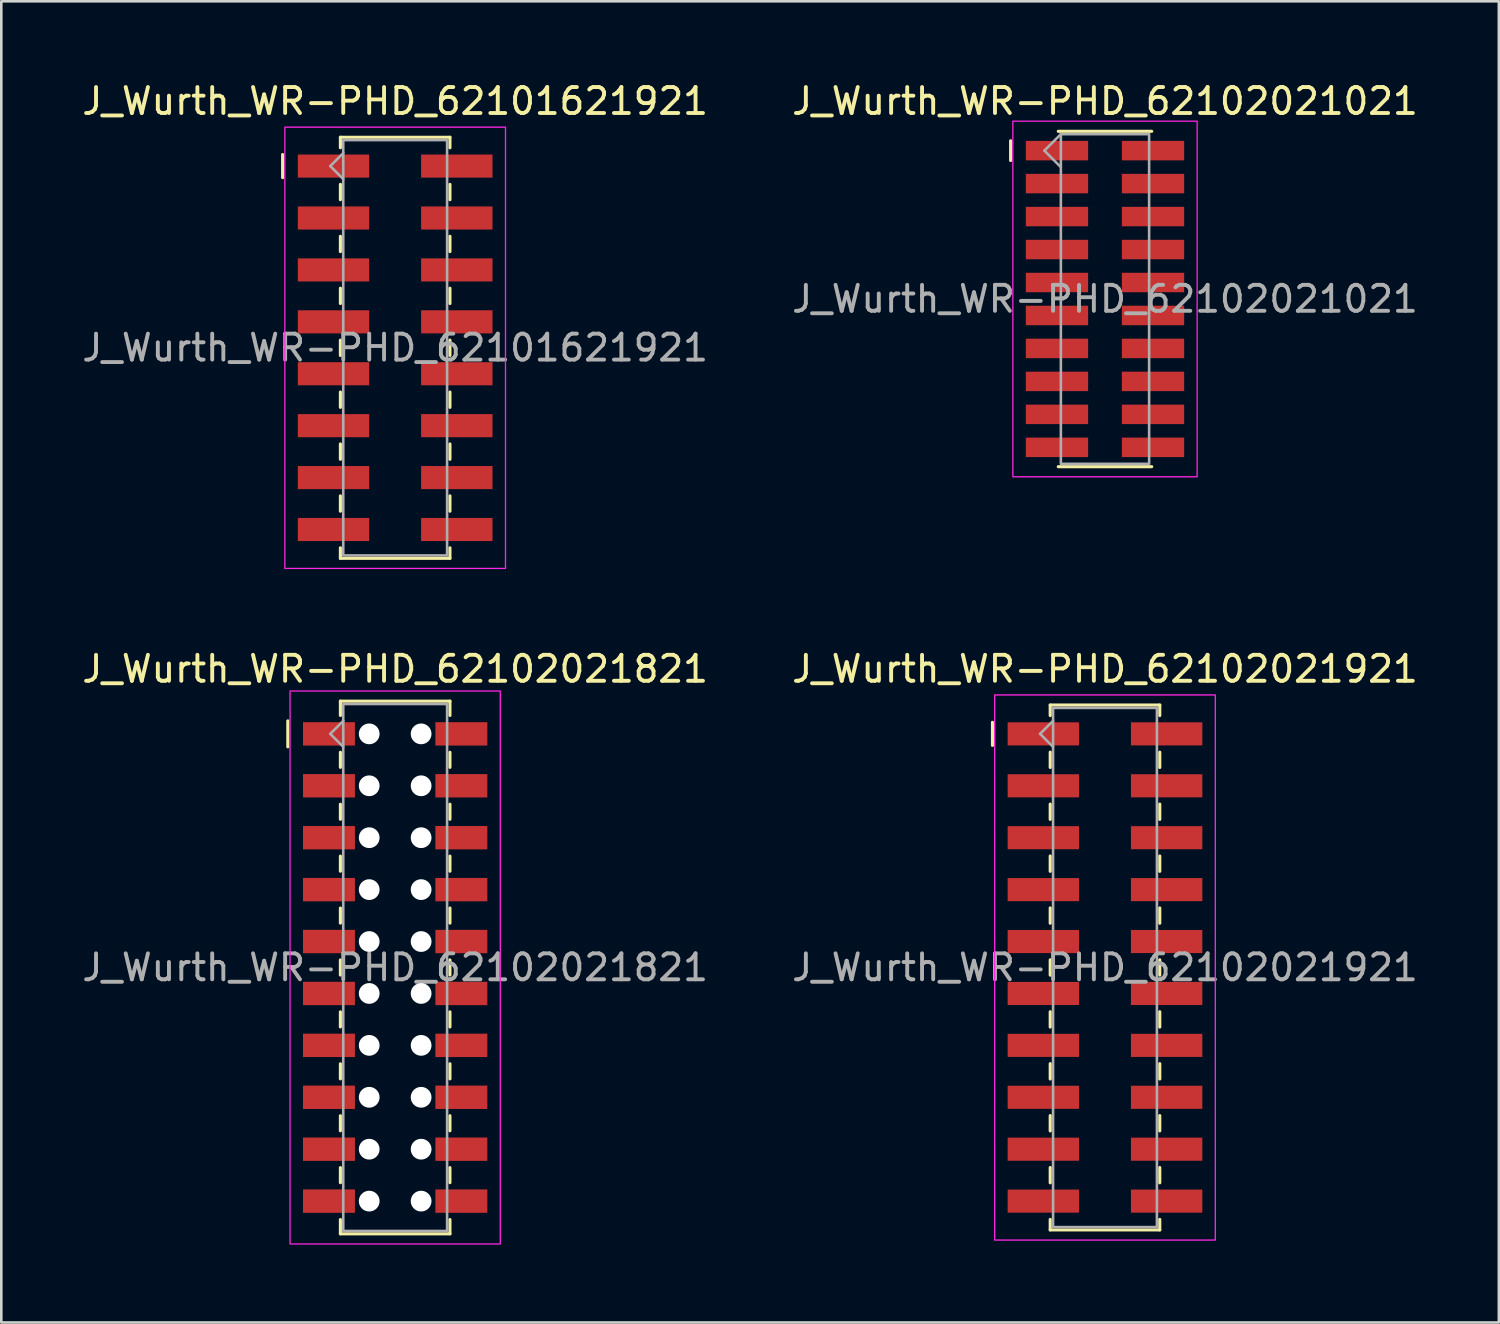
<source format=kicad_pcb>
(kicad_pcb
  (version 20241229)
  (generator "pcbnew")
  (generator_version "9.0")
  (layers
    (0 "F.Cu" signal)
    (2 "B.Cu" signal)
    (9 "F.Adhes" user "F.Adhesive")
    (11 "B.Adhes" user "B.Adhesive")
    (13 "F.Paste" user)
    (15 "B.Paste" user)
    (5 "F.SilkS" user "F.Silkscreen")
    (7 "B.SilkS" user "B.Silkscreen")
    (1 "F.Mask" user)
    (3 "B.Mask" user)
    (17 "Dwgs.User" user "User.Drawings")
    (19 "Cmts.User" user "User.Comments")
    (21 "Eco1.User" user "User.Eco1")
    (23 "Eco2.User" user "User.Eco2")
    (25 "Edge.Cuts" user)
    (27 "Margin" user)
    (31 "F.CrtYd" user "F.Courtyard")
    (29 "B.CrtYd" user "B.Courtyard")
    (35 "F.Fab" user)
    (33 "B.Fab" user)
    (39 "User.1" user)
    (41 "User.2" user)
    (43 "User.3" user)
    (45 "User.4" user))
  (footprint "J_Wurth_WR-PHD_62102021821"
    (layer "F.Cu")
    (at 12.173 34.221)
    (property "Reference" "J_Wurth_WR-PHD_62102021821" (at 0 -11.5 0) (unlocked yes) (layer "F.SilkS") (effects (font (size 1 1) (thickness 0.15))))
    (attr smd)
    (fp_line (start -4.135 -9.5) (end -4.135 -8.5) (stroke (width 0.12) (type solid)) (layer "F.SilkS"))
    (fp_line (start -2.11 -10.26) (end -2.11 -9.71) (stroke (width 0.12) (type solid)) (layer "F.SilkS"))
    (fp_line (start -2.11 -8.29) (end -2.11 -7.71) (stroke (width 0.12) (type solid)) (layer "F.SilkS"))
    (fp_line (start -2.11 -6.29) (end -2.11 -5.71) (stroke (width 0.12) (type solid)) (layer "F.SilkS"))
    (fp_line (start -2.11 -4.29) (end -2.11 -3.71) (stroke (width 0.12) (type solid)) (layer "F.SilkS"))
    (fp_line (start -2.11 -2.29) (end -2.11 -1.71) (stroke (width 0.12) (type solid)) (layer "F.SilkS"))
    (fp_line (start -2.11 -0.29) (end -2.11 0.29) (stroke (width 0.12) (type solid)) (layer "F.SilkS"))
    (fp_line (start -2.11 1.71) (end -2.11 2.29) (stroke (width 0.12) (type solid)) (layer "F.SilkS"))
    (fp_line (start -2.11 3.71) (end -2.11 4.29) (stroke (width 0.12) (type solid)) (layer "F.SilkS"))
    (fp_line (start -2.11 5.71) (end -2.11 6.29) (stroke (width 0.12) (type solid)) (layer "F.SilkS"))
    (fp_line (start -2.11 7.71) (end -2.11 8.29) (stroke (width 0.12) (type solid)) (layer "F.SilkS"))
    (fp_line (start -2.11 9.71) (end -2.11 10.26) (stroke (width 0.12) (type solid)) (layer "F.SilkS"))
    (fp_line (start -2.11 10.26) (end 2.11 10.26) (stroke (width 0.12) (type solid)) (layer "F.SilkS"))
    (fp_line (start 2.11 -10.26) (end -2.11 -10.26) (stroke (width 0.12) (type solid)) (layer "F.SilkS"))
    (fp_line (start 2.11 -10.26) (end 2.11 -9.71) (stroke (width 0.12) (type solid)) (layer "F.SilkS"))
    (fp_line (start 2.11 -8.29) (end 2.11 -7.71) (stroke (width 0.12) (type solid)) (layer "F.SilkS"))
    (fp_line (start 2.11 -6.29) (end 2.11 -5.71) (stroke (width 0.12) (type solid)) (layer "F.SilkS"))
    (fp_line (start 2.11 -4.29) (end 2.11 -3.71) (stroke (width 0.12) (type solid)) (layer "F.SilkS"))
    (fp_line (start 2.11 -2.29) (end 2.11 -1.71) (stroke (width 0.12) (type solid)) (layer "F.SilkS"))
    (fp_line (start 2.11 -0.29) (end 2.11 0.29) (stroke (width 0.12) (type solid)) (layer "F.SilkS"))
    (fp_line (start 2.11 1.71) (end 2.11 2.29) (stroke (width 0.12) (type solid)) (layer "F.SilkS"))
    (fp_line (start 2.11 3.71) (end 2.11 4.29) (stroke (width 0.12) (type solid)) (layer "F.SilkS"))
    (fp_line (start 2.11 5.71) (end 2.11 6.29) (stroke (width 0.12) (type solid)) (layer "F.SilkS"))
    (fp_line (start 2.11 7.71) (end 2.11 8.29) (stroke (width 0.12) (type solid)) (layer "F.SilkS"))
    (fp_line (start 2.11 9.71) (end 2.11 10.26) (stroke (width 0.12) (type solid)) (layer "F.SilkS"))
    (fp_rect (start -4.05 -10.65) (end 4.05 10.65) (stroke (width 0.05) (type solid)) (fill no) (layer "F.CrtYd"))
    (fp_line (start -2.5 -9) (end -2 -8.5) (stroke (width 0.1) (type default)) (layer "F.Fab"))
    (fp_line (start -2 -9.5) (end -2.5 -9) (stroke (width 0.1) (type default)) (layer "F.Fab"))
    (fp_rect (start -2 -10.15) (end 2 10.15) (stroke (width 0.1) (type solid)) (fill no) (layer "F.Fab"))
    (fp_text user "${REFERENCE}" (at 0 0 0) (unlocked yes) (layer "F.Fab") (effects (font (size 1 1) (thickness 0.15))))
    (pad "" np_thru_hole circle (at -1 -9 270) (size 0.8 0.8) (drill 0.8) (layers "*.Cu" "*.Mask"))
    (pad "" np_thru_hole circle (at -1 -7 270) (size 0.8 0.8) (drill 0.8) (layers "*.Cu" "*.Mask"))
    (pad "" np_thru_hole circle (at -1 -5 270) (size 0.8 0.8) (drill 0.8) (layers "*.Cu" "*.Mask"))
    (pad "" np_thru_hole circle (at -1 -3 270) (size 0.8 0.8) (drill 0.8) (layers "*.Cu" "*.Mask"))
    (pad "" np_thru_hole circle (at -1 -1 270) (size 0.8 0.8) (drill 0.8) (layers "*.Cu" "*.Mask"))
    (pad "" np_thru_hole circle (at -1 1 270) (size 0.8 0.8) (drill 0.8) (layers "*.Cu" "*.Mask"))
    (pad "" np_thru_hole circle (at -1 3 270) (size 0.8 0.8) (drill 0.8) (layers "*.Cu" "*.Mask"))
    (pad "" np_thru_hole circle (at -1 5 270) (size 0.8 0.8) (drill 0.8) (layers "*.Cu" "*.Mask"))
    (pad "" np_thru_hole circle (at -1 7 270) (size 0.8 0.8) (drill 0.8) (layers "*.Cu" "*.Mask"))
    (pad "" np_thru_hole circle (at -1 9 270) (size 0.8 0.8) (drill 0.8) (layers "*.Cu" "*.Mask"))
    (pad "" np_thru_hole circle (at 1 -9 270) (size 0.8 0.8) (drill 0.8) (layers "*.Cu" "*.Mask"))
    (pad "" np_thru_hole circle (at 1 -7 270) (size 0.8 0.8) (drill 0.8) (layers "*.Cu" "*.Mask"))
    (pad "" np_thru_hole circle (at 1 -5 270) (size 0.8 0.8) (drill 0.8) (layers "*.Cu" "*.Mask"))
    (pad "" np_thru_hole circle (at 1 -3 270) (size 0.8 0.8) (drill 0.8) (layers "*.Cu" "*.Mask"))
    (pad "" np_thru_hole circle (at 1 -1 270) (size 0.8 0.8) (drill 0.8) (layers "*.Cu" "*.Mask"))
    (pad "" np_thru_hole circle (at 1 1 270) (size 0.8 0.8) (drill 0.8) (layers "*.Cu" "*.Mask"))
    (pad "" np_thru_hole circle (at 1 3 270) (size 0.8 0.8) (drill 0.8) (layers "*.Cu" "*.Mask"))
    (pad "" np_thru_hole circle (at 1 5 270) (size 0.8 0.8) (drill 0.8) (layers "*.Cu" "*.Mask"))
    (pad "" np_thru_hole circle (at 1 7 270) (size 0.8 0.8) (drill 0.8) (layers "*.Cu" "*.Mask"))
    (pad "" np_thru_hole circle (at 1 9 270) (size 0.8 0.8) (drill 0.8) (layers "*.Cu" "*.Mask"))
    (pad "1" smd rect (at -2.55 -9 270) (size 0.9 2) (layers "F.Cu" "F.Mask" "F.Paste"))
    (pad "2" smd rect (at 2.55 -9 270) (size 0.9 2) (layers "F.Cu" "F.Mask" "F.Paste"))
    (pad "3" smd rect (at -2.55 -7 270) (size 0.9 2) (layers "F.Cu" "F.Mask" "F.Paste"))
    (pad "4" smd rect (at 2.55 -7 270) (size 0.9 2) (layers "F.Cu" "F.Mask" "F.Paste"))
    (pad "5" smd rect (at -2.55 -5 270) (size 0.9 2) (layers "F.Cu" "F.Mask" "F.Paste"))
    (pad "6" smd rect (at 2.55 -5 270) (size 0.9 2) (layers "F.Cu" "F.Mask" "F.Paste"))
    (pad "7" smd rect (at -2.55 -3 270) (size 0.9 2) (layers "F.Cu" "F.Mask" "F.Paste"))
    (pad "8" smd rect (at 2.55 -3 270) (size 0.9 2) (layers "F.Cu" "F.Mask" "F.Paste"))
    (pad "9" smd rect (at -2.55 -1 270) (size 0.9 2) (layers "F.Cu" "F.Mask" "F.Paste"))
    (pad "10" smd rect (at 2.55 -1 270) (size 0.9 2) (layers "F.Cu" "F.Mask" "F.Paste"))
    (pad "11" smd rect (at -2.55 1 270) (size 0.9 2) (layers "F.Cu" "F.Mask" "F.Paste"))
    (pad "12" smd rect (at 2.55 1 270) (size 0.9 2) (layers "F.Cu" "F.Mask" "F.Paste"))
    (pad "13" smd rect (at -2.55 3 270) (size 0.9 2) (layers "F.Cu" "F.Mask" "F.Paste"))
    (pad "14" smd rect (at 2.55 3 270) (size 0.9 2) (layers "F.Cu" "F.Mask" "F.Paste"))
    (pad "15" smd rect (at -2.55 5 270) (size 0.9 2) (layers "F.Cu" "F.Mask" "F.Paste"))
    (pad "16" smd rect (at 2.55 5 270) (size 0.9 2) (layers "F.Cu" "F.Mask" "F.Paste"))
    (pad "17" smd rect (at -2.55 7 270) (size 0.9 2) (layers "F.Cu" "F.Mask" "F.Paste"))
    (pad "18" smd rect (at 2.55 7 270) (size 0.9 2) (layers "F.Cu" "F.Mask" "F.Paste"))
    (pad "19" smd rect (at -2.55 9 270) (size 0.9 2) (layers "F.Cu" "F.Mask" "F.Paste"))
    (pad "20" smd rect (at 2.55 9 270) (size 0.9 2) (layers "F.Cu" "F.Mask" "F.Paste")))
  (footprint "J_Wurth_WR-PHD_62102021921"
    (layer "F.Cu")
    (at 39.518 34.221)
    (property "Reference" "J_Wurth_WR-PHD_62102021921" (at 0 -11.5 0) (unlocked yes) (layer "F.SilkS") (effects (font (size 1 1) (thickness 0.15))))
    (attr smd)
    (fp_line (start -4.335 -9.445) (end -4.335 -8.555) (stroke (width 0.12) (type solid)) (layer "F.SilkS"))
    (fp_line (start -2.11 -10.11) (end -2.11 -9.705) (stroke (width 0.12) (type solid)) (layer "F.SilkS"))
    (fp_line (start -2.11 -8.295) (end -2.11 -7.705) (stroke (width 0.12) (type solid)) (layer "F.SilkS"))
    (fp_line (start -2.11 -6.295) (end -2.11 -5.705) (stroke (width 0.12) (type solid)) (layer "F.SilkS"))
    (fp_line (start -2.11 -4.295) (end -2.11 -3.705) (stroke (width 0.12) (type solid)) (layer "F.SilkS"))
    (fp_line (start -2.11 -2.295) (end -2.11 -1.705) (stroke (width 0.12) (type solid)) (layer "F.SilkS"))
    (fp_line (start -2.11 -0.295) (end -2.11 0.295) (stroke (width 0.12) (type solid)) (layer "F.SilkS"))
    (fp_line (start -2.11 1.705) (end -2.11 2.295) (stroke (width 0.12) (type solid)) (layer "F.SilkS"))
    (fp_line (start -2.11 3.705) (end -2.11 4.295) (stroke (width 0.12) (type solid)) (layer "F.SilkS"))
    (fp_line (start -2.11 5.705) (end -2.11 6.295) (stroke (width 0.12) (type solid)) (layer "F.SilkS"))
    (fp_line (start -2.11 7.705) (end -2.11 8.295) (stroke (width 0.12) (type solid)) (layer "F.SilkS"))
    (fp_line (start -2.11 9.705) (end -2.11 10.11) (stroke (width 0.12) (type solid)) (layer "F.SilkS"))
    (fp_line (start 2.11 -10.11) (end -2.11 -10.11) (stroke (width 0.12) (type solid)) (layer "F.SilkS"))
    (fp_line (start 2.11 -10.11) (end 2.11 -9.705) (stroke (width 0.12) (type solid)) (layer "F.SilkS"))
    (fp_line (start 2.11 -8.295) (end 2.11 -7.705) (stroke (width 0.12) (type solid)) (layer "F.SilkS"))
    (fp_line (start 2.11 -6.295) (end 2.11 -5.705) (stroke (width 0.12) (type solid)) (layer "F.SilkS"))
    (fp_line (start 2.11 -4.295) (end 2.11 -3.705) (stroke (width 0.12) (type solid)) (layer "F.SilkS"))
    (fp_line (start 2.11 -2.295) (end 2.11 -1.705) (stroke (width 0.12) (type solid)) (layer "F.SilkS"))
    (fp_line (start 2.11 -0.295) (end 2.11 0.295) (stroke (width 0.12) (type solid)) (layer "F.SilkS"))
    (fp_line (start 2.11 1.705) (end 2.11 2.295) (stroke (width 0.12) (type solid)) (layer "F.SilkS"))
    (fp_line (start 2.11 3.705) (end 2.11 4.295) (stroke (width 0.12) (type solid)) (layer "F.SilkS"))
    (fp_line (start 2.11 5.705) (end 2.11 6.295) (stroke (width 0.12) (type solid)) (layer "F.SilkS"))
    (fp_line (start 2.11 7.705) (end 2.11 8.295) (stroke (width 0.12) (type solid)) (layer "F.SilkS"))
    (fp_line (start 2.11 9.705) (end 2.11 10.11) (stroke (width 0.12) (type solid)) (layer "F.SilkS"))
    (fp_line (start 2.11 10.11) (end -2.11 10.11) (stroke (width 0.12) (type solid)) (layer "F.SilkS"))
    (fp_rect (start -4.25 -10.5) (end 4.25 10.5) (stroke (width 0.05) (type solid)) (fill no) (layer "F.CrtYd"))
    (fp_line (start -2.5 -9) (end -2 -8.5) (stroke (width 0.1) (type default)) (layer "F.Fab"))
    (fp_line (start -2 -9.5) (end -2.5 -9) (stroke (width 0.1) (type default)) (layer "F.Fab"))
    (fp_rect (start -2 -10) (end 2 10) (stroke (width 0.1) (type solid)) (fill no) (layer "F.Fab"))
    (fp_text user "${REFERENCE}" (at 0 0 0) (unlocked yes) (layer "F.Fab") (effects (font (size 1 1) (thickness 0.15))))
    (pad "1" smd rect (at -2.375 -9 270) (size 0.89 2.75) (layers "F.Cu" "F.Mask" "F.Paste"))
    (pad "2" smd rect (at 2.375 -9 270) (size 0.89 2.75) (layers "F.Cu" "F.Mask" "F.Paste"))
    (pad "3" smd rect (at -2.375 -7 270) (size 0.89 2.75) (layers "F.Cu" "F.Mask" "F.Paste"))
    (pad "4" smd rect (at 2.375 -7 270) (size 0.89 2.75) (layers "F.Cu" "F.Mask" "F.Paste"))
    (pad "5" smd rect (at -2.375 -5 270) (size 0.89 2.75) (layers "F.Cu" "F.Mask" "F.Paste"))
    (pad "6" smd rect (at 2.375 -5 270) (size 0.89 2.75) (layers "F.Cu" "F.Mask" "F.Paste"))
    (pad "7" smd rect (at -2.375 -3 270) (size 0.89 2.75) (layers "F.Cu" "F.Mask" "F.Paste"))
    (pad "8" smd rect (at 2.375 -3 270) (size 0.89 2.75) (layers "F.Cu" "F.Mask" "F.Paste"))
    (pad "9" smd rect (at -2.375 -1 270) (size 0.89 2.75) (layers "F.Cu" "F.Mask" "F.Paste"))
    (pad "10" smd rect (at 2.375 -1 270) (size 0.89 2.75) (layers "F.Cu" "F.Mask" "F.Paste"))
    (pad "11" smd rect (at -2.375 1 270) (size 0.89 2.75) (layers "F.Cu" "F.Mask" "F.Paste"))
    (pad "12" smd rect (at 2.375 1 270) (size 0.89 2.75) (layers "F.Cu" "F.Mask" "F.Paste"))
    (pad "13" smd rect (at -2.375 3 270) (size 0.89 2.75) (layers "F.Cu" "F.Mask" "F.Paste"))
    (pad "14" smd rect (at 2.375 3 270) (size 0.89 2.75) (layers "F.Cu" "F.Mask" "F.Paste"))
    (pad "15" smd rect (at -2.375 5 270) (size 0.89 2.75) (layers "F.Cu" "F.Mask" "F.Paste"))
    (pad "16" smd rect (at 2.375 5 270) (size 0.89 2.75) (layers "F.Cu" "F.Mask" "F.Paste"))
    (pad "17" smd rect (at -2.375 7 270) (size 0.89 2.75) (layers "F.Cu" "F.Mask" "F.Paste"))
    (pad "18" smd rect (at 2.375 7 270) (size 0.89 2.75) (layers "F.Cu" "F.Mask" "F.Paste"))
    (pad "19" smd rect (at -2.375 9 270) (size 0.89 2.75) (layers "F.Cu" "F.Mask" "F.Paste"))
    (pad "20" smd rect (at 2.375 9 270) (size 0.89 2.75) (layers "F.Cu" "F.Mask" "F.Paste")))
  (footprint "J_Wurth_WR-PHD_62101621921"
    (layer "F.Cu")
    (at 12.173 10.348)
    (property "Reference" "J_Wurth_WR-PHD_62101621921" (at 0 -9.5 0) (unlocked yes) (layer "F.SilkS") (effects (font (size 1 1) (thickness 0.15))))
    (attr smd)
    (fp_line (start -4.335 -7.445) (end -4.335 -6.555) (stroke (width 0.12) (type solid)) (layer "F.SilkS"))
    (fp_line (start -2.11 -8.11) (end -2.11 -7.705) (stroke (width 0.12) (type solid)) (layer "F.SilkS"))
    (fp_line (start -2.11 -6.295) (end -2.11 -5.705) (stroke (width 0.12) (type solid)) (layer "F.SilkS"))
    (fp_line (start -2.11 -4.295) (end -2.11 -3.705) (stroke (width 0.12) (type solid)) (layer "F.SilkS"))
    (fp_line (start -2.11 -2.295) (end -2.11 -1.705) (stroke (width 0.12) (type solid)) (layer "F.SilkS"))
    (fp_line (start -2.11 -0.295) (end -2.11 0.295) (stroke (width 0.12) (type solid)) (layer "F.SilkS"))
    (fp_line (start -2.11 1.705) (end -2.11 2.295) (stroke (width 0.12) (type solid)) (layer "F.SilkS"))
    (fp_line (start -2.11 3.705) (end -2.11 4.295) (stroke (width 0.12) (type solid)) (layer "F.SilkS"))
    (fp_line (start -2.11 5.705) (end -2.11 6.295) (stroke (width 0.12) (type solid)) (layer "F.SilkS"))
    (fp_line (start -2.11 7.705) (end -2.11 8.11) (stroke (width 0.12) (type solid)) (layer "F.SilkS"))
    (fp_line (start 2.11 -8.11) (end -2.11 -8.11) (stroke (width 0.12) (type solid)) (layer "F.SilkS"))
    (fp_line (start 2.11 -8.11) (end 2.11 -7.705) (stroke (width 0.12) (type solid)) (layer "F.SilkS"))
    (fp_line (start 2.11 -6.295) (end 2.11 -5.705) (stroke (width 0.12) (type solid)) (layer "F.SilkS"))
    (fp_line (start 2.11 -4.295) (end 2.11 -3.705) (stroke (width 0.12) (type solid)) (layer "F.SilkS"))
    (fp_line (start 2.11 -2.295) (end 2.11 -1.705) (stroke (width 0.12) (type solid)) (layer "F.SilkS"))
    (fp_line (start 2.11 -0.295) (end 2.11 0.295) (stroke (width 0.12) (type solid)) (layer "F.SilkS"))
    (fp_line (start 2.11 1.705) (end 2.11 2.295) (stroke (width 0.12) (type solid)) (layer "F.SilkS"))
    (fp_line (start 2.11 3.705) (end 2.11 4.295) (stroke (width 0.12) (type solid)) (layer "F.SilkS"))
    (fp_line (start 2.11 5.705) (end 2.11 6.295) (stroke (width 0.12) (type solid)) (layer "F.SilkS"))
    (fp_line (start 2.11 7.705) (end 2.11 8.11) (stroke (width 0.12) (type solid)) (layer "F.SilkS"))
    (fp_line (start 2.11 8.11) (end -2.11 8.11) (stroke (width 0.12) (type solid)) (layer "F.SilkS"))
    (fp_rect (start -4.25 -8.5) (end 4.25 8.5) (stroke (width 0.05) (type solid)) (fill no) (layer "F.CrtYd"))
    (fp_line (start -2.5 -7) (end -2 -6.5) (stroke (width 0.1) (type default)) (layer "F.Fab"))
    (fp_line (start -2 -7.5) (end -2.5 -7) (stroke (width 0.1) (type default)) (layer "F.Fab"))
    (fp_rect (start -2 -8) (end 2 8) (stroke (width 0.1) (type solid)) (fill no) (layer "F.Fab"))
    (fp_text user "${REFERENCE}" (at 0 0 0) (unlocked yes) (layer "F.Fab") (effects (font (size 1 1) (thickness 0.15))))
    (pad "1" smd rect (at -2.375 -7 270) (size 0.89 2.75) (layers "F.Cu" "F.Mask" "F.Paste"))
    (pad "2" smd rect (at 2.375 -7 270) (size 0.89 2.75) (layers "F.Cu" "F.Mask" "F.Paste"))
    (pad "3" smd rect (at -2.375 -5 270) (size 0.89 2.75) (layers "F.Cu" "F.Mask" "F.Paste"))
    (pad "4" smd rect (at 2.375 -5 270) (size 0.89 2.75) (layers "F.Cu" "F.Mask" "F.Paste"))
    (pad "5" smd rect (at -2.375 -3 270) (size 0.89 2.75) (layers "F.Cu" "F.Mask" "F.Paste"))
    (pad "6" smd rect (at 2.375 -3 270) (size 0.89 2.75) (layers "F.Cu" "F.Mask" "F.Paste"))
    (pad "7" smd rect (at -2.375 -1 270) (size 0.89 2.75) (layers "F.Cu" "F.Mask" "F.Paste"))
    (pad "8" smd rect (at 2.375 -1 270) (size 0.89 2.75) (layers "F.Cu" "F.Mask" "F.Paste"))
    (pad "9" smd rect (at -2.375 1 270) (size 0.89 2.75) (layers "F.Cu" "F.Mask" "F.Paste"))
    (pad "10" smd rect (at 2.375 1 270) (size 0.89 2.75) (layers "F.Cu" "F.Mask" "F.Paste"))
    (pad "11" smd rect (at -2.375 3 270) (size 0.89 2.75) (layers "F.Cu" "F.Mask" "F.Paste"))
    (pad "12" smd rect (at 2.375 3 270) (size 0.89 2.75) (layers "F.Cu" "F.Mask" "F.Paste"))
    (pad "13" smd rect (at -2.375 5 270) (size 0.89 2.75) (layers "F.Cu" "F.Mask" "F.Paste"))
    (pad "14" smd rect (at 2.375 5 270) (size 0.89 2.75) (layers "F.Cu" "F.Mask" "F.Paste"))
    (pad "15" smd rect (at -2.375 7 270) (size 0.89 2.75) (layers "F.Cu" "F.Mask" "F.Paste"))
    (pad "16" smd rect (at 2.375 7 270) (size 0.89 2.75) (layers "F.Cu" "F.Mask" "F.Paste")))
  (footprint "J_Wurth_WR-PHD_62102021021"
    (layer "F.Cu")
    (at 39.518 8.468)
    (property "Reference" "J_Wurth_WR-PHD_62102021021" (at 0 -7.62 0) (unlocked yes) (layer "F.SilkS") (effects (font (size 1 1) (thickness 0.15))))
    (attr smd)
    (fp_line (start -3.635 -6.095) (end -3.635 -5.335) (stroke (width 0.12) (type solid)) (layer "F.SilkS"))
    (fp_line (start 1.8 -6.46) (end -1.8 -6.46) (stroke (width 0.12) (type solid)) (layer "F.SilkS"))
    (fp_line (start 1.8 6.46) (end -1.8 6.46) (stroke (width 0.12) (type solid)) (layer "F.SilkS"))
    (fp_rect (start -3.55 -6.85) (end 3.55 6.85) (stroke (width 0.05) (type solid)) (fill no) (layer "F.CrtYd"))
    (fp_line (start -2.335 -5.715) (end -1.7 -5.08) (stroke (width 0.1) (type default)) (layer "F.Fab"))
    (fp_line (start -1.7 -6.35) (end -2.335 -5.715) (stroke (width 0.1) (type default)) (layer "F.Fab"))
    (fp_rect (start -1.7 -6.35) (end 1.7 6.35) (stroke (width 0.1) (type solid)) (fill no) (layer "F.Fab"))
    (fp_text user "${REFERENCE}" (at 0 0 0) (unlocked yes) (layer "F.Fab") (effects (font (size 1 1) (thickness 0.15))))
    (pad "1" smd rect (at -1.85 -5.715 270) (size 0.75 2.4) (layers "F.Cu" "F.Mask" "F.Paste"))
    (pad "2" smd rect (at 1.85 -5.715 270) (size 0.75 2.4) (layers "F.Cu" "F.Mask" "F.Paste"))
    (pad "3" smd rect (at -1.85 -4.445 270) (size 0.75 2.4) (layers "F.Cu" "F.Mask" "F.Paste"))
    (pad "4" smd rect (at 1.85 -4.445 270) (size 0.75 2.4) (layers "F.Cu" "F.Mask" "F.Paste"))
    (pad "5" smd rect (at -1.85 -3.175 270) (size 0.75 2.4) (layers "F.Cu" "F.Mask" "F.Paste"))
    (pad "6" smd rect (at 1.85 -3.175 270) (size 0.75 2.4) (layers "F.Cu" "F.Mask" "F.Paste"))
    (pad "7" smd rect (at -1.85 -1.905 270) (size 0.75 2.4) (layers "F.Cu" "F.Mask" "F.Paste"))
    (pad "8" smd rect (at 1.85 -1.905 270) (size 0.75 2.4) (layers "F.Cu" "F.Mask" "F.Paste"))
    (pad "9" smd rect (at -1.85 -0.635 270) (size 0.75 2.4) (layers "F.Cu" "F.Mask" "F.Paste"))
    (pad "10" smd rect (at 1.85 -0.635 270) (size 0.75 2.4) (layers "F.Cu" "F.Mask" "F.Paste"))
    (pad "11" smd rect (at -1.85 0.635 270) (size 0.75 2.4) (layers "F.Cu" "F.Mask" "F.Paste"))
    (pad "12" smd rect (at 1.85 0.635 270) (size 0.75 2.4) (layers "F.Cu" "F.Mask" "F.Paste"))
    (pad "13" smd rect (at -1.85 1.905 270) (size 0.75 2.4) (layers "F.Cu" "F.Mask" "F.Paste"))
    (pad "14" smd rect (at 1.85 1.905 270) (size 0.75 2.4) (layers "F.Cu" "F.Mask" "F.Paste"))
    (pad "15" smd rect (at -1.85 3.175 270) (size 0.75 2.4) (layers "F.Cu" "F.Mask" "F.Paste"))
    (pad "16" smd rect (at 1.85 3.175 270) (size 0.75 2.4) (layers "F.Cu" "F.Mask" "F.Paste"))
    (pad "17" smd rect (at -1.85 4.445 270) (size 0.75 2.4) (layers "F.Cu" "F.Mask" "F.Paste"))
    (pad "18" smd rect (at 1.85 4.445 270) (size 0.75 2.4) (layers "F.Cu" "F.Mask" "F.Paste"))
    (pad "19" smd rect (at -1.85 5.715 270) (size 0.75 2.4) (layers "F.Cu" "F.Mask" "F.Paste"))
    (pad "20" smd rect (at 1.85 5.715 270) (size 0.75 2.4) (layers "F.Cu" "F.Mask" "F.Paste")))
  (gr_rect
    (start -3 -3)
    (end 54.69 47.897)
    (stroke (width 0.1) (type default))
    (fill no)
    (layer "Edge.Cuts")))
</source>
